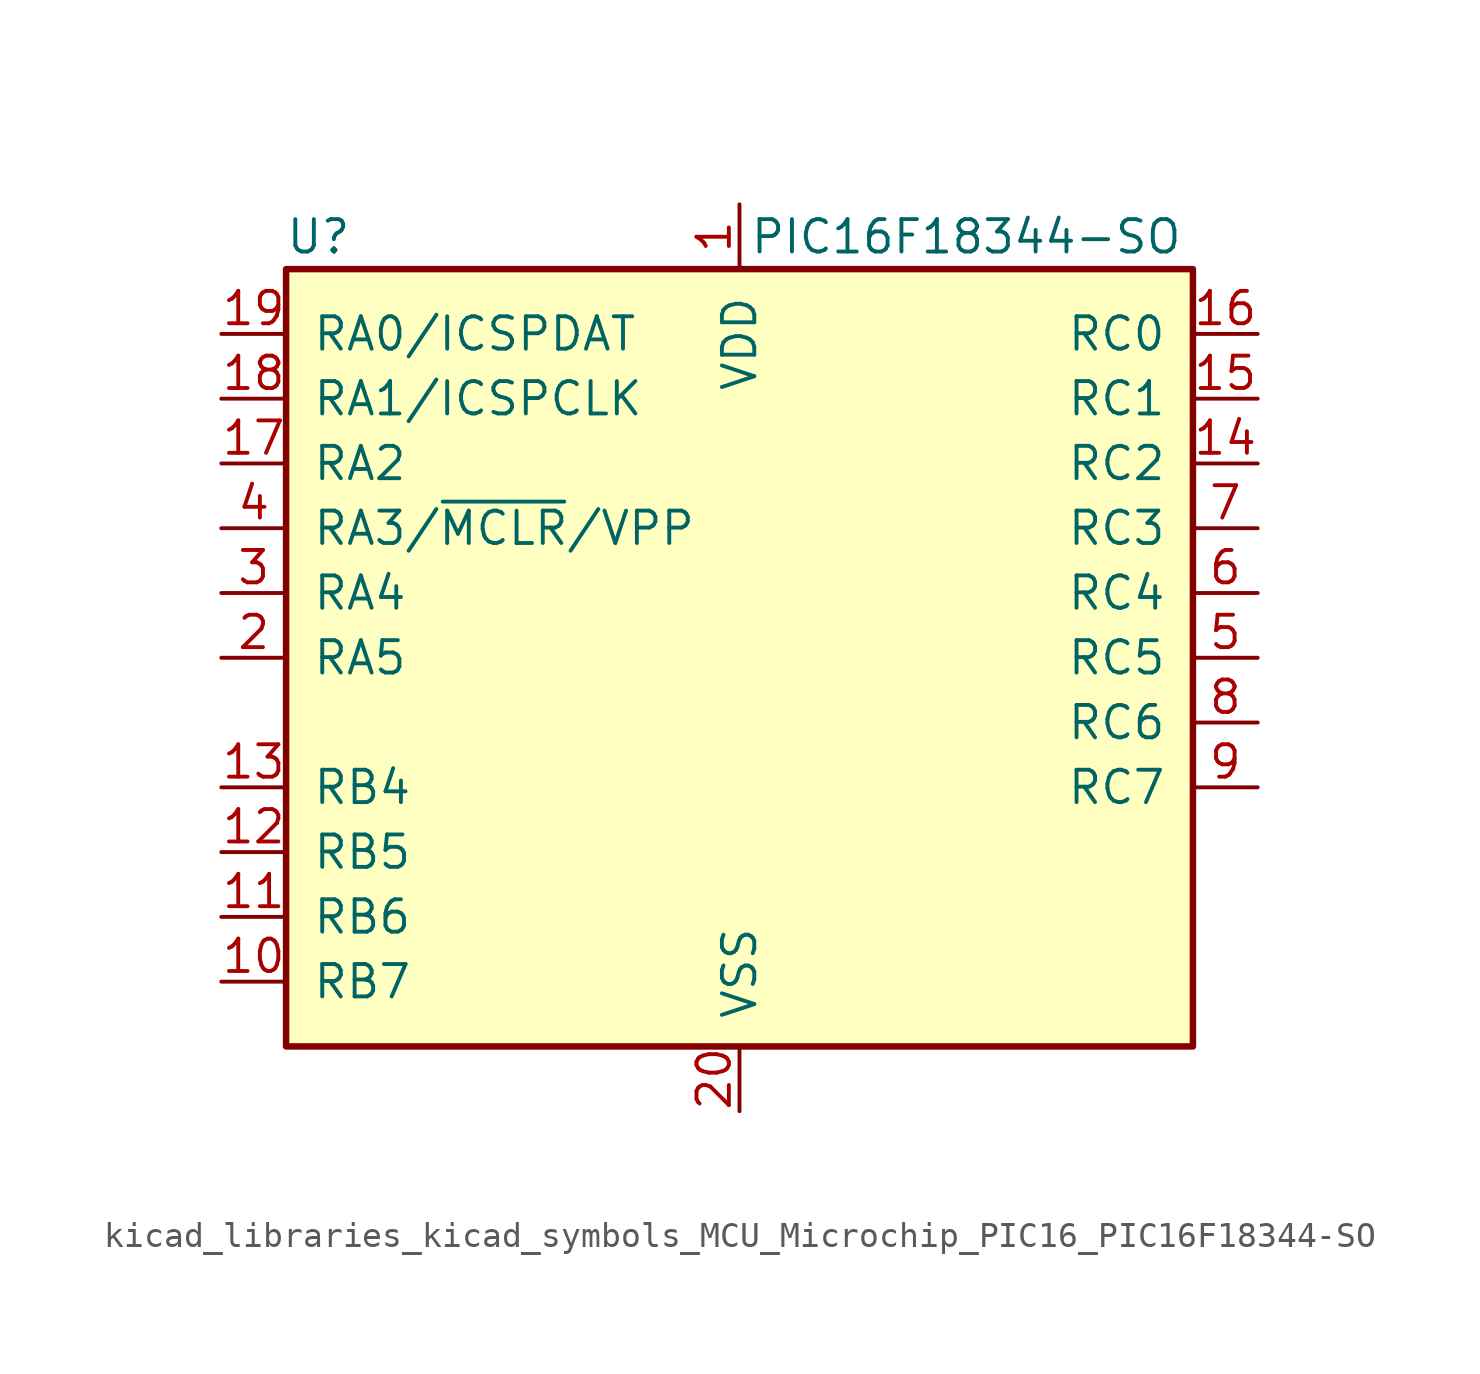
<source format=kicad_sym>
(kicad_symbol_lib
  (version 20220914)
  (generator kicad_symbol_editor)
  (symbol "kicad_libraries_kicad_symbols_MCU_Microchip_PIC16_PIC16F18344-SO"
    (pin_names
      (offset 1.016))
    (property "Reference" "U"
      (at -16.51 16.51 0)
      (effects (font (size 1.27 1.27))))
    (property "Value" "PIC16F18344-SO"
      (at 8.89 16.51 0)
      (effects (font (size 1.27 1.27))))
    (symbol "kicad_libraries_kicad_symbols_MCU_Microchip_PIC16_PIC16F18344-SO_0_1"
      (rectangle (start -17.78 15.24) (end 17.78 -15.24) (stroke (width 0.254) (type default)) (fill (type background))))
    (symbol "kicad_libraries_kicad_symbols_MCU_Microchip_PIC16_PIC16F18344-SO_1_1"
      (pin power_in line (at 0 17.78 270) (length 2.54) (name "VDD" (effects (font (size 1.27 1.27)))) (number "1" (effects (font (size 1.27 1.27)))))
      (pin bidirectional line (at -20.32 -12.7 0) (length 2.54) (name "RB7" (effects (font (size 1.27 1.27)))) (number "10" (effects (font (size 1.27 1.27)))))
      (pin bidirectional line (at -20.32 -10.16 0) (length 2.54) (name "RB6" (effects (font (size 1.27 1.27)))) (number "11" (effects (font (size 1.27 1.27)))))
      (pin bidirectional line (at -20.32 -7.62 0) (length 2.54) (name "RB5" (effects (font (size 1.27 1.27)))) (number "12" (effects (font (size 1.27 1.27)))))
      (pin bidirectional line (at -20.32 -5.08 0) (length 2.54) (name "RB4" (effects (font (size 1.27 1.27)))) (number "13" (effects (font (size 1.27 1.27)))))
      (pin bidirectional line (at 20.32 7.62 180) (length 2.54) (name "RC2" (effects (font (size 1.27 1.27)))) (number "14" (effects (font (size 1.27 1.27)))))
      (pin bidirectional line (at 20.32 10.16 180) (length 2.54) (name "RC1" (effects (font (size 1.27 1.27)))) (number "15" (effects (font (size 1.27 1.27)))))
      (pin bidirectional line (at 20.32 12.7 180) (length 2.54) (name "RC0" (effects (font (size 1.27 1.27)))) (number "16" (effects (font (size 1.27 1.27)))))
      (pin bidirectional line (at -20.32 7.62 0) (length 2.54) (name "RA2" (effects (font (size 1.27 1.27)))) (number "17" (effects (font (size 1.27 1.27)))))
      (pin bidirectional line (at -20.32 10.16 0) (length 2.54) (name "RA1/ICSPCLK" (effects (font (size 1.27 1.27)))) (number "18" (effects (font (size 1.27 1.27)))))
      (pin bidirectional line (at -20.32 12.7 0) (length 2.54) (name "RA0/ICSPDAT" (effects (font (size 1.27 1.27)))) (number "19" (effects (font (size 1.27 1.27)))))
      (pin bidirectional line (at -20.32 0 0) (length 2.54) (name "RA5" (effects (font (size 1.27 1.27)))) (number "2" (effects (font (size 1.27 1.27)))))
      (pin power_in line (at 0 -17.78 90) (length 2.54) (name "VSS" (effects (font (size 1.27 1.27)))) (number "20" (effects (font (size 1.27 1.27)))))
      (pin bidirectional line (at -20.32 2.54 0) (length 2.54) (name "RA4" (effects (font (size 1.27 1.27)))) (number "3" (effects (font (size 1.27 1.27)))))
      (pin bidirectional line (at -20.32 5.08 0) (length 2.54) (name "RA3/~{MCLR}/VPP" (effects (font (size 1.27 1.27)))) (number "4" (effects (font (size 1.27 1.27)))))
      (pin bidirectional line (at 20.32 0 180) (length 2.54) (name "RC5" (effects (font (size 1.27 1.27)))) (number "5" (effects (font (size 1.27 1.27)))))
      (pin bidirectional line (at 20.32 2.54 180) (length 2.54) (name "RC4" (effects (font (size 1.27 1.27)))) (number "6" (effects (font (size 1.27 1.27)))))
      (pin bidirectional line (at 20.32 5.08 180) (length 2.54) (name "RC3" (effects (font (size 1.27 1.27)))) (number "7" (effects (font (size 1.27 1.27)))))
      (pin bidirectional line (at 20.32 -2.54 180) (length 2.54) (name "RC6" (effects (font (size 1.27 1.27)))) (number "8" (effects (font (size 1.27 1.27)))))
      (pin bidirectional line (at 20.32 -5.08 180) (length 2.54) (name "RC7" (effects (font (size 1.27 1.27)))) (number "9" (effects (font (size 1.27 1.27))))))))
</source>
